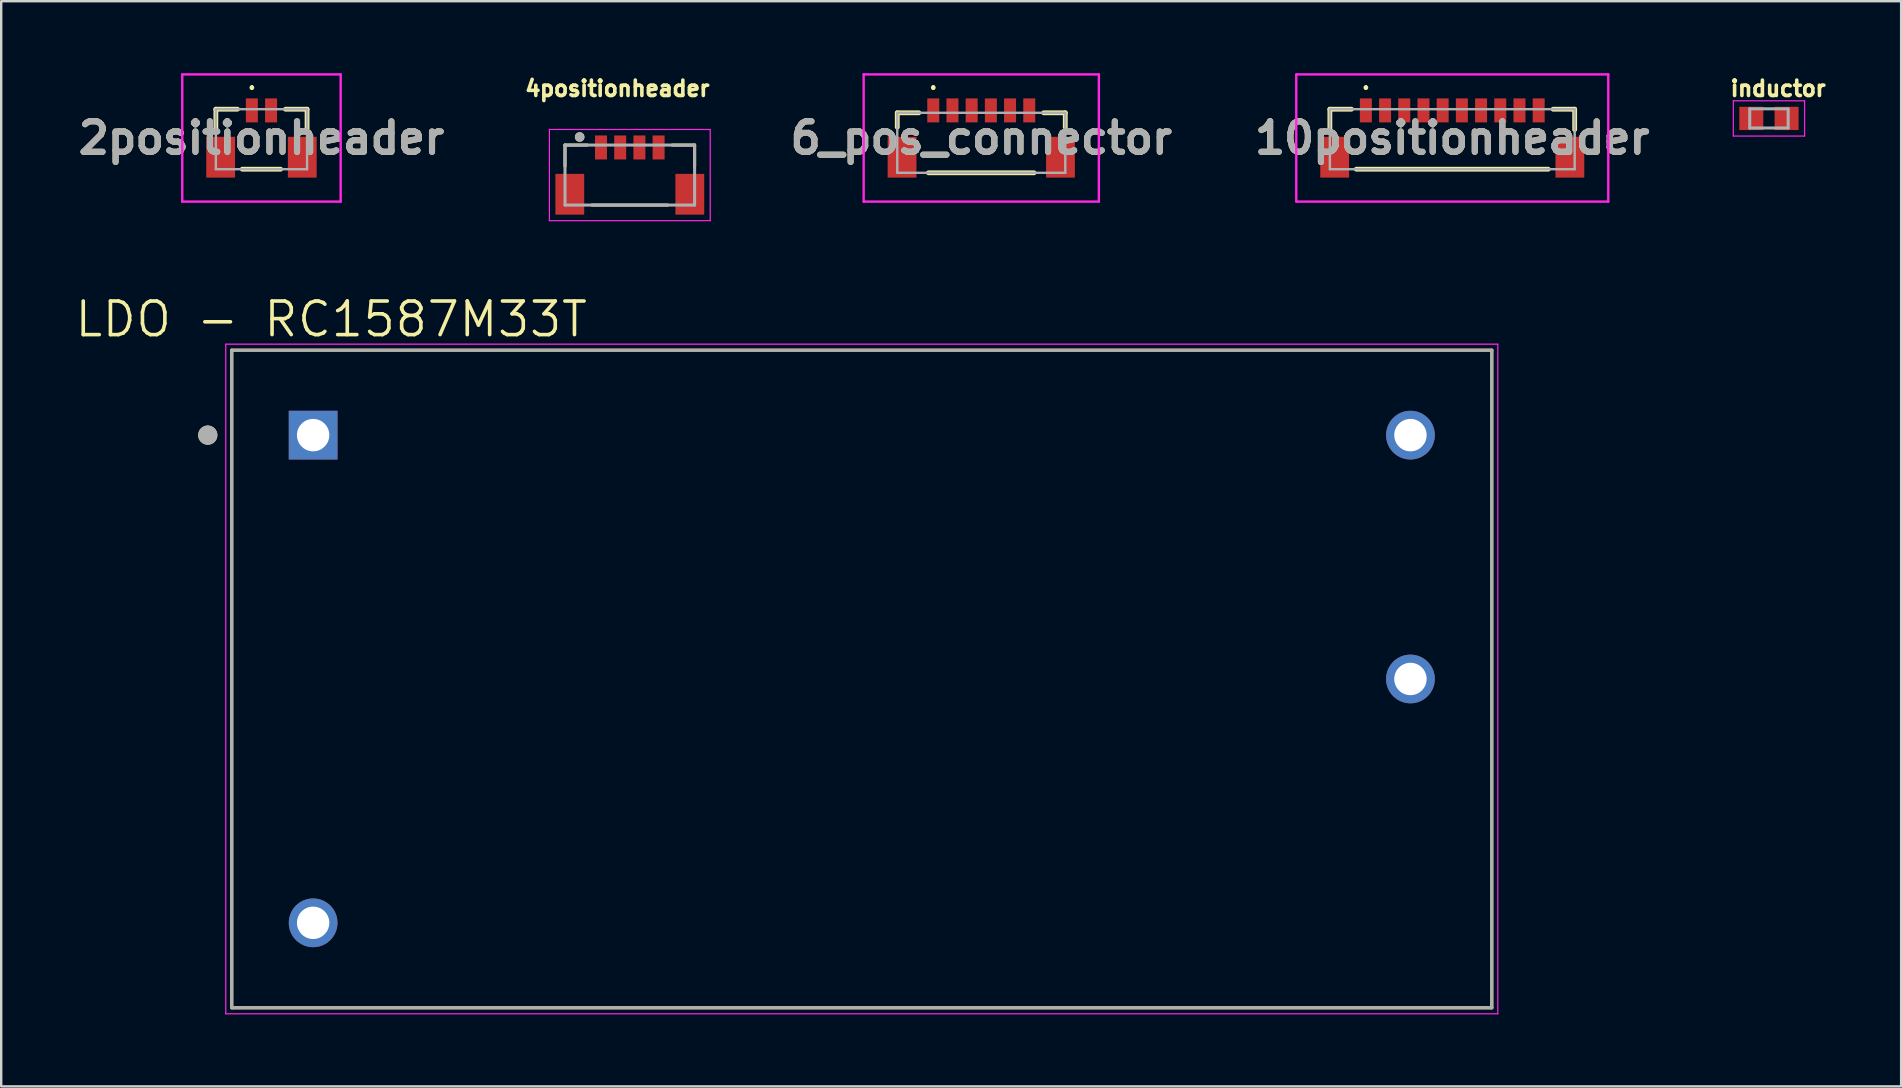
<source format=kicad_pcb>
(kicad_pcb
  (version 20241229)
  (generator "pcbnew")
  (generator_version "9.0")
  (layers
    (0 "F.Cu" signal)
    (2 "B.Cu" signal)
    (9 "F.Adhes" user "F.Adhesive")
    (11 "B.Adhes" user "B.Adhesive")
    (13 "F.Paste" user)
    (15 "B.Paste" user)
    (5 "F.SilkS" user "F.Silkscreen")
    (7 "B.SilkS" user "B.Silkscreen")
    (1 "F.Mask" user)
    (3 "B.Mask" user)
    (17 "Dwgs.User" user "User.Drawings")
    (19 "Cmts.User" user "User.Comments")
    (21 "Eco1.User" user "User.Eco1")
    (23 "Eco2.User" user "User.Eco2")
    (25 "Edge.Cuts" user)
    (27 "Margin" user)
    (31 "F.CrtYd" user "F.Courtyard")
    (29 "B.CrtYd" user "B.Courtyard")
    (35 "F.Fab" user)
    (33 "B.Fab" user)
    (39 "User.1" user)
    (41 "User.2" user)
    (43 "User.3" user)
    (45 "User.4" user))
  (footprint "2positionheader"
    (layer "F.Cu")
    (at 7.844 2.75)
    (property "Reference" "2positionheader" (at 0 -0.05 0) (layer "F.SilkS") (effects (font (size 1.27 1.27) (thickness 0.254))))
    (attr smd)
    (fp_line (start -1.9 -1.25) (end -1 -1.25) (stroke (width 0.2) (type solid)) (layer "F.SilkS"))
    (fp_line (start -1.9 -0.4) (end -1.9 -1.25) (stroke (width 0.2) (type solid)) (layer "F.SilkS"))
    (fp_line (start -0.4 -2.2) (end -0.4 -2.2) (stroke (width 0.1) (type solid)) (layer "F.SilkS"))
    (fp_line (start -0.4 -2.1) (end -0.4 -2.1) (stroke (width 0.1) (type solid)) (layer "F.SilkS"))
    (fp_line (start 0.8 1.25) (end -0.8 1.25) (stroke (width 0.2) (type solid)) (layer "F.SilkS"))
    (fp_line (start 1 -1.25) (end 1.9 -1.25) (stroke (width 0.2) (type solid)) (layer "F.SilkS"))
    (fp_line (start 1.9 -1.25) (end 1.9 -0.4) (stroke (width 0.2) (type solid)) (layer "F.SilkS"))
    (fp_arc (start -0.4 -2.2) (mid -0.35 -2.15) (end -0.4 -2.1) (stroke (width 0.1) (type solid)) (layer "F.SilkS"))
    (fp_arc (start -0.4 -2.1) (mid -0.45 -2.15) (end -0.4 -2.2) (stroke (width 0.1) (type solid)) (layer "F.SilkS"))
    (fp_line (start -3.3 -2.7) (end 3.3 -2.7) (stroke (width 0.1) (type solid)) (layer "F.CrtYd"))
    (fp_line (start -3.3 2.6) (end -3.3 -2.7) (stroke (width 0.1) (type solid)) (layer "F.CrtYd"))
    (fp_line (start 3.3 -2.7) (end 3.3 2.6) (stroke (width 0.1) (type solid)) (layer "F.CrtYd"))
    (fp_line (start 3.3 2.6) (end -3.3 2.6) (stroke (width 0.1) (type solid)) (layer "F.CrtYd"))
    (fp_line (start -1.9 -1.25) (end 1.9 -1.25) (stroke (width 0.1) (type solid)) (layer "F.Fab"))
    (fp_line (start -1.9 1.25) (end -1.9 -1.25) (stroke (width 0.1) (type solid)) (layer "F.Fab"))
    (fp_line (start 1.9 -1.25) (end 1.9 1.25) (stroke (width 0.1) (type solid)) (layer "F.Fab"))
    (fp_line (start 1.9 1.25) (end -1.9 1.25) (stroke (width 0.1) (type solid)) (layer "F.Fab"))
    (fp_text user "${REFERENCE}" (at 0 -0.05 0) (layer "F.Fab") (effects (font (size 1.27 1.27) (thickness 0.254))))
    (pad "1" smd rect (at -0.4 -1.2) (size 0.5 1) (layers "F.Cu" "F.Mask" "F.Paste"))
    (pad "2" smd rect (at 0.4 -1.2) (size 0.5 1) (layers "F.Cu" "F.Mask" "F.Paste"))
    (pad "MP1" smd rect (at -1.7 0.75) (size 1.2 1.7) (layers "F.Cu" "F.Mask" "F.Paste"))
    (pad "MP2" smd rect (at 1.7 0.75) (size 1.2 1.7) (layers "F.Cu" "F.Mask" "F.Paste")))
  (footprint "6_pos_connector"
    (layer "F.Cu")
    (at 37.835 2.85)
    (property "Reference" "6_pos_connector" (at 0 -0.15 0) (layer "F.SilkS") (effects (font (size 1.27 1.27) (thickness 0.254))))
    (attr smd)
    (fp_line (start -3.5 -1.2) (end -2.6 -1.2) (stroke (width 0.2) (type solid)) (layer "F.SilkS"))
    (fp_line (start -3.5 -0.6) (end -3.5 -1.2) (stroke (width 0.2) (type solid)) (layer "F.SilkS"))
    (fp_line (start -2 -2.3) (end -2 -2.3) (stroke (width 0.1) (type solid)) (layer "F.SilkS"))
    (fp_line (start -2 -2.2) (end -2 -2.2) (stroke (width 0.1) (type solid)) (layer "F.SilkS"))
    (fp_line (start 2.2 1.3) (end -2.2 1.3) (stroke (width 0.2) (type solid)) (layer "F.SilkS"))
    (fp_line (start 2.6 -1.2) (end 3.5 -1.2) (stroke (width 0.2) (type solid)) (layer "F.SilkS"))
    (fp_line (start 3.5 -1.2) (end 3.5 -0.6) (stroke (width 0.2) (type solid)) (layer "F.SilkS"))
    (fp_arc (start -2 -2.3) (mid -1.95 -2.25) (end -2 -2.2) (stroke (width 0.1) (type solid)) (layer "F.SilkS"))
    (fp_arc (start -2 -2.2) (mid -2.05 -2.25) (end -2 -2.3) (stroke (width 0.1) (type solid)) (layer "F.SilkS"))
    (fp_line (start -4.9 -2.8) (end 4.9 -2.8) (stroke (width 0.1) (type solid)) (layer "F.CrtYd"))
    (fp_line (start -4.9 2.5) (end -4.9 -2.8) (stroke (width 0.1) (type solid)) (layer "F.CrtYd"))
    (fp_line (start 4.9 -2.8) (end 4.9 2.5) (stroke (width 0.1) (type solid)) (layer "F.CrtYd"))
    (fp_line (start 4.9 2.5) (end -4.9 2.5) (stroke (width 0.1) (type solid)) (layer "F.CrtYd"))
    (fp_line (start -3.5 -1.2) (end 3.5 -1.2) (stroke (width 0.1) (type solid)) (layer "F.Fab"))
    (fp_line (start -3.5 1.3) (end -3.5 -1.2) (stroke (width 0.1) (type solid)) (layer "F.Fab"))
    (fp_line (start 3.5 -1.2) (end 3.5 1.3) (stroke (width 0.1) (type solid)) (layer "F.Fab"))
    (fp_line (start 3.5 1.3) (end -3.5 1.3) (stroke (width 0.1) (type solid)) (layer "F.Fab"))
    (fp_text user "${REFERENCE}" (at 0 -0.15 0) (layer "F.Fab") (effects (font (size 1.27 1.27) (thickness 0.254))))
    (pad "1" smd rect (at -2 -1.3) (size 0.5 1) (layers "F.Cu" "F.Mask" "F.Paste"))
    (pad "2" smd rect (at -1.2 -1.3) (size 0.5 1) (layers "F.Cu" "F.Mask" "F.Paste"))
    (pad "3" smd rect (at -0.4 -1.3) (size 0.5 1) (layers "F.Cu" "F.Mask" "F.Paste"))
    (pad "4" smd rect (at 0.4 -1.3) (size 0.5 1) (layers "F.Cu" "F.Mask" "F.Paste"))
    (pad "5" smd rect (at 1.2 -1.3) (size 0.5 1) (layers "F.Cu" "F.Mask" "F.Paste"))
    (pad "6" smd rect (at 2 -1.3) (size 0.5 1) (layers "F.Cu" "F.Mask" "F.Paste"))
    (pad "7" smd rect (at -3.3 0.65) (size 1.2 1.7) (layers "F.Cu" "F.Mask" "F.Paste"))
    (pad "8" smd rect (at 3.3 0.65) (size 1.2 1.7) (layers "F.Cu" "F.Mask" "F.Paste")))
  (footprint "10positionheader"
    (layer "F.Cu")
    (at 57.46 2.75)
    (property "Reference" "10positionheader" (at 0 -0.05 0) (layer "F.SilkS") (effects (font (size 1.27 1.27) (thickness 0.254))))
    (attr smd)
    (fp_line (start -5.1 -1.25) (end -5.1 -0.4) (stroke (width 0.2) (type solid)) (layer "F.SilkS"))
    (fp_line (start -4.2 -1.25) (end -5.1 -1.25) (stroke (width 0.2) (type solid)) (layer "F.SilkS"))
    (fp_line (start -4 1.25) (end 4 1.25) (stroke (width 0.2) (type solid)) (layer "F.SilkS"))
    (fp_line (start -3.6 -2.2) (end -3.6 -2.2) (stroke (width 0.1) (type solid)) (layer "F.SilkS"))
    (fp_line (start -3.6 -2.1) (end -3.6 -2.1) (stroke (width 0.1) (type solid)) (layer "F.SilkS"))
    (fp_line (start 4.2 -1.25) (end 5.1 -1.25) (stroke (width 0.2) (type solid)) (layer "F.SilkS"))
    (fp_line (start 5.1 -1.25) (end 5.1 -0.4) (stroke (width 0.2) (type solid)) (layer "F.SilkS"))
    (fp_arc (start -3.6 -2.2) (mid -3.55 -2.15) (end -3.6 -2.1) (stroke (width 0.1) (type solid)) (layer "F.SilkS"))
    (fp_arc (start -3.6 -2.1) (mid -3.65 -2.15) (end -3.6 -2.2) (stroke (width 0.1) (type solid)) (layer "F.SilkS"))
    (fp_line (start -6.5 -2.7) (end 6.5 -2.7) (stroke (width 0.1) (type solid)) (layer "F.CrtYd"))
    (fp_line (start -6.5 2.6) (end -6.5 -2.7) (stroke (width 0.1) (type solid)) (layer "F.CrtYd"))
    (fp_line (start 6.5 -2.7) (end 6.5 2.6) (stroke (width 0.1) (type solid)) (layer "F.CrtYd"))
    (fp_line (start 6.5 2.6) (end -6.5 2.6) (stroke (width 0.1) (type solid)) (layer "F.CrtYd"))
    (fp_line (start -5.1 -1.25) (end 5.1 -1.25) (stroke (width 0.1) (type solid)) (layer "F.Fab"))
    (fp_line (start -5.1 1.25) (end -5.1 -1.25) (stroke (width 0.1) (type solid)) (layer "F.Fab"))
    (fp_line (start 5.1 -1.25) (end 5.1 1.25) (stroke (width 0.1) (type solid)) (layer "F.Fab"))
    (fp_line (start 5.1 1.25) (end -5.1 1.25) (stroke (width 0.1) (type solid)) (layer "F.Fab"))
    (fp_text user "${REFERENCE}" (at 0 -0.05 0) (layer "F.Fab") (effects (font (size 1.27 1.27) (thickness 0.254))))
    (pad "1" smd rect (at -3.6 -1.2) (size 0.5 1) (layers "F.Cu" "F.Mask" "F.Paste"))
    (pad "2" smd rect (at -2.8 -1.2) (size 0.5 1) (layers "F.Cu" "F.Mask" "F.Paste"))
    (pad "3" smd rect (at -2 -1.2) (size 0.5 1) (layers "F.Cu" "F.Mask" "F.Paste"))
    (pad "4" smd rect (at -1.2 -1.2) (size 0.5 1) (layers "F.Cu" "F.Mask" "F.Paste"))
    (pad "5" smd rect (at -0.4 -1.2) (size 0.5 1) (layers "F.Cu" "F.Mask" "F.Paste"))
    (pad "6" smd rect (at 0.4 -1.2) (size 0.5 1) (layers "F.Cu" "F.Mask" "F.Paste"))
    (pad "7" smd rect (at 1.2 -1.2) (size 0.5 1) (layers "F.Cu" "F.Mask" "F.Paste"))
    (pad "8" smd rect (at 2 -1.2) (size 0.5 1) (layers "F.Cu" "F.Mask" "F.Paste"))
    (pad "9" smd rect (at 2.8 -1.2) (size 0.5 1) (layers "F.Cu" "F.Mask" "F.Paste"))
    (pad "10" smd rect (at 3.6 -1.2) (size 0.5 1) (layers "F.Cu" "F.Mask" "F.Paste"))
    (pad "MP1" smd rect (at -4.9 0.75) (size 1.2 1.7) (layers "F.Cu" "F.Mask" "F.Paste"))
    (pad "MP2" smd rect (at 4.9 0.75) (size 1.2 1.7) (layers "F.Cu" "F.Mask" "F.Paste")))
  (footprint "inductor"
    (layer "F.Cu")
    (at 70.654 1.884)
    (property "Reference" "inductor" (at 0.382 -1.246 0) (layer "F.SilkS") (effects (font (size 0.64 0.64) (thickness 0.15))))
    (attr smd)
    (fp_line (start -1.485 -0.735) (end 1.485 -0.735) (stroke (width 0.05) (type solid)) (layer "F.CrtYd"))
    (fp_line (start -1.485 0.735) (end -1.485 -0.735) (stroke (width 0.05) (type solid)) (layer "F.CrtYd"))
    (fp_line (start 1.485 -0.735) (end 1.485 0.735) (stroke (width 0.05) (type solid)) (layer "F.CrtYd"))
    (fp_line (start 1.485 0.735) (end -1.485 0.735) (stroke (width 0.05) (type solid)) (layer "F.CrtYd"))
    (fp_line (start -0.8 -0.4) (end 0.8 -0.4) (stroke (width 0.127) (type solid)) (layer "F.Fab"))
    (fp_line (start -0.8 0.4) (end -0.8 -0.4) (stroke (width 0.127) (type solid)) (layer "F.Fab"))
    (fp_line (start 0.8 -0.4) (end 0.8 0.4) (stroke (width 0.127) (type solid)) (layer "F.Fab"))
    (fp_line (start 0.8 0.4) (end -0.8 0.4) (stroke (width 0.127) (type solid)) (layer "F.Fab"))
    (pad "1" smd rect (at -0.735 0) (size 1 0.97) (layers "F.Cu" "F.Mask" "F.Paste"))
    (pad "2" smd rect (at 0.735 0) (size 1 0.97) (layers "F.Cu" "F.Mask" "F.Paste")))
  (footprint "LDO - RC1587M33T"
    (layer "F.Cu")
    (at 32.857 25.24)
    (property "Reference" "LDO - RC1587M33T" (at -22.105 -14.989 0) (layer "F.SilkS") (effects (font (size 1.4 1.4) (thickness 0.15))))
    (attr through_hole)
    (fp_line (start -26.25 -13.7) (end 26.25 -13.7) (stroke (width 0.127) (type solid)) (layer "F.SilkS"))
    (fp_line (start -26.25 13.7) (end -26.25 -13.7) (stroke (width 0.127) (type solid)) (layer "F.SilkS"))
    (fp_line (start 26.25 -13.7) (end 26.25 13.7) (stroke (width 0.127) (type solid)) (layer "F.SilkS"))
    (fp_line (start 26.25 13.7) (end -26.25 13.7) (stroke (width 0.127) (type solid)) (layer "F.SilkS"))
    (fp_circle (center -27.25 -10.16) (end -27.05 -10.16) (stroke (width 0.4) (type solid)) (fill no) (layer "F.SilkS"))
    (fp_line (start -26.5 -13.95) (end 26.5 -13.95) (stroke (width 0.05) (type solid)) (layer "F.CrtYd"))
    (fp_line (start -26.5 13.95) (end -26.5 -13.95) (stroke (width 0.05) (type solid)) (layer "F.CrtYd"))
    (fp_line (start 26.5 -13.95) (end 26.5 13.95) (stroke (width 0.05) (type solid)) (layer "F.CrtYd"))
    (fp_line (start 26.5 13.95) (end -26.5 13.95) (stroke (width 0.05) (type solid)) (layer "F.CrtYd"))
    (fp_line (start -26.25 -13.7) (end 26.25 -13.7) (stroke (width 0.127) (type solid)) (layer "F.Fab"))
    (fp_line (start -26.25 13.7) (end -26.25 -13.7) (stroke (width 0.127) (type solid)) (layer "F.Fab"))
    (fp_line (start 26.25 -13.7) (end 26.25 13.7) (stroke (width 0.127) (type solid)) (layer "F.Fab"))
    (fp_line (start 26.25 13.7) (end -26.25 13.7) (stroke (width 0.127) (type solid)) (layer "F.Fab"))
    (fp_circle (center -27.25 -10.16) (end -27.05 -10.16) (stroke (width 0.4) (type solid)) (fill no) (layer "F.Fab"))
    (pad "1" thru_hole rect (at -22.86 -10.16) (size 2.03 2.03) (drill 1.35) (layers "*.Cu" "*.Mask"))
    (pad "2" thru_hole circle (at -22.86 10.16) (size 2.03 2.03) (drill 1.35) (layers "*.Cu" "*.Mask"))
    (pad "4" thru_hole circle (at 22.86 0) (size 2.03 2.03) (drill 1.35) (layers "*.Cu" "*.Mask"))
    (pad "5" thru_hole circle (at 22.86 -10.16) (size 2.03 2.03) (drill 1.35) (layers "*.Cu" "*.Mask")))
  (footprint "4positionheader"
    (layer "F.Cu")
    (at 23.191 4.244)
    (property "Reference" "4positionheader" (at -0.518 -3.606 0) (layer "F.SilkS") (effects (font (size 0.64 0.64) (thickness 0.15))))
    (attr smd)
    (fp_line (start -2.7 -1.25) (end -1.77 -1.25) (stroke (width 0.127) (type solid)) (layer "F.SilkS"))
    (fp_line (start -2.7 -0.37) (end -2.7 -1.25) (stroke (width 0.127) (type solid)) (layer "F.SilkS"))
    (fp_line (start -1.58 1.25) (end 1.58 1.25) (stroke (width 0.127) (type solid)) (layer "F.SilkS"))
    (fp_line (start 1.77 -1.25) (end 2.7 -1.25) (stroke (width 0.127) (type solid)) (layer "F.SilkS"))
    (fp_line (start 2.7 -1.25) (end 2.7 -0.37) (stroke (width 0.127) (type solid)) (layer "F.SilkS"))
    (fp_circle (center -2.089 -1.586) (end -1.989 -1.586) (stroke (width 0.2) (type solid)) (fill no) (layer "F.SilkS"))
    (fp_line (start -3.35 -1.9) (end -3.35 1.9) (stroke (width 0.05) (type solid)) (layer "F.CrtYd"))
    (fp_line (start -3.35 1.9) (end 3.35 1.9) (stroke (width 0.05) (type solid)) (layer "F.CrtYd"))
    (fp_line (start 3.35 -1.9) (end -3.35 -1.9) (stroke (width 0.05) (type solid)) (layer "F.CrtYd"))
    (fp_line (start 3.35 1.9) (end 3.35 -1.9) (stroke (width 0.05) (type solid)) (layer "F.CrtYd"))
    (fp_line (start -2.7 -1.25) (end 2.7 -1.25) (stroke (width 0.127) (type solid)) (layer "F.Fab"))
    (fp_line (start -2.7 1.25) (end -2.7 -1.25) (stroke (width 0.127) (type solid)) (layer "F.Fab"))
    (fp_line (start 2.7 -1.25) (end 2.7 1.25) (stroke (width 0.127) (type solid)) (layer "F.Fab"))
    (fp_line (start 2.7 1.25) (end -2.7 1.25) (stroke (width 0.127) (type solid)) (layer "F.Fab"))
    (fp_circle (center -2.089 -1.586) (end -1.989 -1.586) (stroke (width 0.2) (type solid)) (fill no) (layer "F.Fab"))
    (pad "1" smd rect (at -1.2 -1.15) (size 0.5 1) (layers "F.Cu" "F.Mask" "F.Paste"))
    (pad "2" smd rect (at -0.4 -1.15) (size 0.5 1) (layers "F.Cu" "F.Mask" "F.Paste"))
    (pad "3" smd rect (at 0.4 -1.15) (size 0.5 1) (layers "F.Cu" "F.Mask" "F.Paste"))
    (pad "4" smd rect (at 1.2 -1.15) (size 0.5 1) (layers "F.Cu" "F.Mask" "F.Paste"))
    (pad "S1" smd rect (at -2.5 0.8) (size 1.2 1.7) (layers "F.Cu" "F.Mask" "F.Paste"))
    (pad "S2" smd rect (at 2.5 0.8) (size 1.2 1.7) (layers "F.Cu" "F.Mask" "F.Paste"))
    (zone (net_name "") (layer "F.Cu") (hatch full 0.508) (connect_pads) (min_thickness 0.01) (filled_areas_thickness no) (keepout (tracks not_allowed) (vias not_allowed) (pads not_allowed) (copperpour not_allowed) (footprints allowed)) (placement (enabled no)) (fill) (polygon (pts (xy 21.741 2.544) (xy 20.341 2.544) (xy 20.341 4.194) (xy 21.291 4.194) (xy 21.291 5.694) (xy 25.091 5.694) (xy 25.091 4.194) (xy 26.041 4.194) (xy 26.041 2.544) (xy 24.641 2.544) (xy 24.641 3.594) (xy 21.741 3.594))))
    (zone (net_name "") (layers "F.Cu" "B.Cu") (hatch full 0.508) (connect_pads) (min_thickness 0.01) (filled_areas_thickness no) (keepout (tracks allowed) (vias not_allowed) (pads allowed) (copperpour allowed) (footprints allowed)) (placement (enabled no)) (fill) (polygon (pts (xy 21.741 2.544) (xy 20.341 2.544) (xy 20.341 4.194) (xy 21.291 4.194) (xy 21.291 5.694) (xy 25.091 5.694) (xy 25.091 4.194) (xy 26.041 4.194) (xy 26.041 2.544) (xy 24.641 2.544) (xy 24.641 3.594) (xy 21.741 3.594)))))
  (gr_rect
    (start -3 -3)
    (end 76.162 42.215)
    (stroke (width 0.1) (type default))
    (fill no)
    (layer "Edge.Cuts")))
</source>
